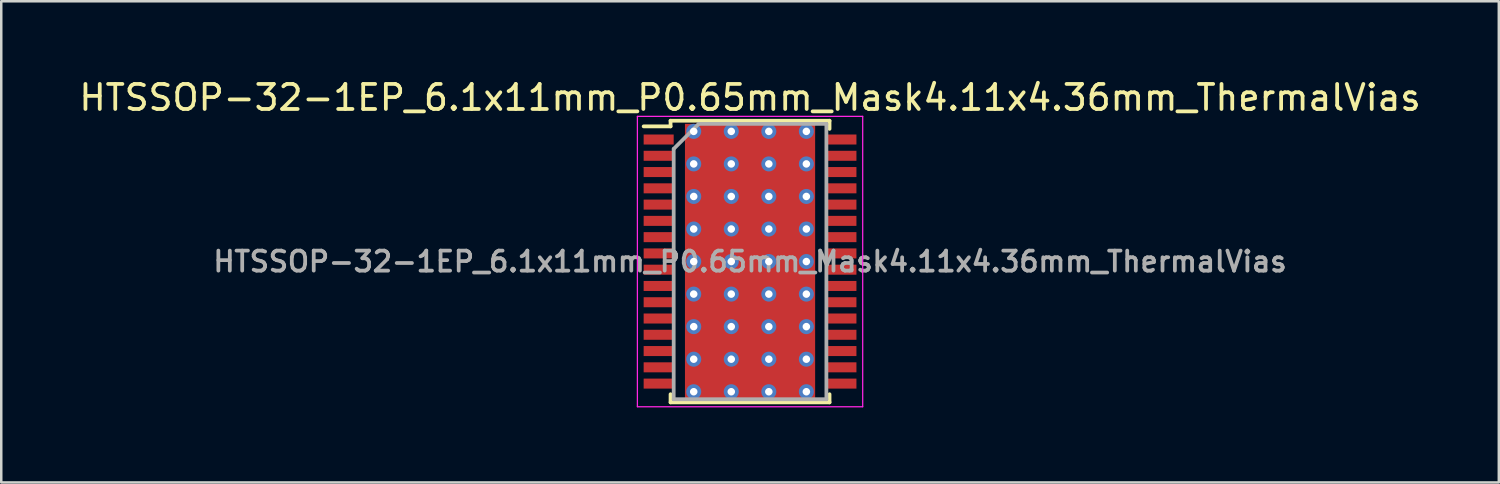
<source format=kicad_pcb>
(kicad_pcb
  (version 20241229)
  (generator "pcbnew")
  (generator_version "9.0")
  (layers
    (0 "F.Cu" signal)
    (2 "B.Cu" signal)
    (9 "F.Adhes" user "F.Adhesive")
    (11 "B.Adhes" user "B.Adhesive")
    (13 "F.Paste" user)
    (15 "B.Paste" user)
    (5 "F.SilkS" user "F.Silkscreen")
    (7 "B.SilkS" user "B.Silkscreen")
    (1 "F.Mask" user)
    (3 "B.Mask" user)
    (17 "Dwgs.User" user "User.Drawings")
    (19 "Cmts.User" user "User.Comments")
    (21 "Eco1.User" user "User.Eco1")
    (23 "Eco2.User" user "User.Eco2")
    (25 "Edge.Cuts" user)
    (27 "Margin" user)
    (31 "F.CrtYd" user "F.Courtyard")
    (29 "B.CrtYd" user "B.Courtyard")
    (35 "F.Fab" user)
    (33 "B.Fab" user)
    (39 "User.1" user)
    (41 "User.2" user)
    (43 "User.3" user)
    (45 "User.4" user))
  (footprint "HTSSOP-32-1EP_6.1x11mm_P0.65mm_Mask4.11x4.36mm_ThermalVias"
    (layer "F.Cu")
    (at 26.911 7.398)
    (property "Reference" "HTSSOP-32-1EP_6.1x11mm_P0.65mm_Mask4.11x4.36mm_ThermalVias" (at 0 -6.55 0) (layer "F.SilkS") (effects (font (size 1 1) (thickness 0.15))))
    (attr smd)
    (fp_line (start -4.25 -5.4) (end -3.175 -5.4) (stroke (width 0.15) (type solid)) (layer "F.SilkS"))
    (fp_line (start -3.175 -5.625) (end 3.175 -5.625) (stroke (width 0.15) (type solid)) (layer "F.SilkS"))
    (fp_line (start -3.175 -5.4) (end -3.175 -5.625) (stroke (width 0.15) (type solid)) (layer "F.SilkS"))
    (fp_line (start -3.175 5.3) (end -3.175 5.625) (stroke (width 0.15) (type solid)) (layer "F.SilkS"))
    (fp_line (start -3.175 5.625) (end 3.175 5.625) (stroke (width 0.15) (type solid)) (layer "F.SilkS"))
    (fp_line (start 3.175 -5.625) (end 3.175 -5.3) (stroke (width 0.15) (type solid)) (layer "F.SilkS"))
    (fp_line (start 3.175 5.625) (end 3.175 5.3) (stroke (width 0.15) (type solid)) (layer "F.SilkS"))
    (fp_line (start -4.5 -5.8) (end -4.5 5.8) (stroke (width 0.05) (type solid)) (layer "F.CrtYd"))
    (fp_line (start -4.5 5.8) (end 4.5 5.8) (stroke (width 0.05) (type solid)) (layer "F.CrtYd"))
    (fp_line (start 4.5 -5.8) (end -4.5 -5.8) (stroke (width 0.05) (type solid)) (layer "F.CrtYd"))
    (fp_line (start 4.5 5.8) (end 4.5 -5.8) (stroke (width 0.05) (type solid)) (layer "F.CrtYd"))
    (fp_line (start -3.05 -4.5) (end -2.05 -5.5) (stroke (width 0.15) (type solid)) (layer "F.Fab"))
    (fp_line (start -3.05 5.5) (end -3.05 -4.5) (stroke (width 0.15) (type solid)) (layer "F.Fab"))
    (fp_line (start -2.05 -5.5) (end 3.05 -5.5) (stroke (width 0.15) (type solid)) (layer "F.Fab"))
    (fp_line (start 3.05 -5.5) (end 3.05 5.5) (stroke (width 0.15) (type solid)) (layer "F.Fab"))
    (fp_line (start 3.05 5.5) (end -3.05 5.5) (stroke (width 0.15) (type solid)) (layer "F.Fab"))
    (fp_text user "${REFERENCE}" (at 0 0 0) (layer "F.Fab") (effects (font (size 0.8 0.8) (thickness 0.15))))
    (pad "" smd rect (at -1.365 -1.725) (size 0.93 0.55) (layers "F.Paste"))
    (pad "" smd rect (at -1.365 -0.65) (size 0.93 1) (layers "F.Paste"))
    (pad "" smd rect (at -1.365 0.65) (size 0.93 1) (layers "F.Paste"))
    (pad "" smd rect (at -1.365 1.725) (size 0.93 0.55) (layers "F.Paste"))
    (pad "" smd rect (at 0 -1.725) (size 1.2 0.55) (layers "F.Paste"))
    (pad "" smd rect (at 0 -0.65) (size 1.2 1) (layers "F.Paste"))
    (pad "" smd rect (at 0 0) (size 4.11 4.36) (layers "F.Mask"))
    (pad "" smd rect (at 0 0.65) (size 1.2 1) (layers "F.Paste"))
    (pad "" smd rect (at 0 1.725) (size 1.2 0.55) (layers "F.Paste"))
    (pad "" smd rect (at 1.365 -1.725) (size 0.93 0.55) (layers "F.Paste"))
    (pad "" smd rect (at 1.365 -0.65) (size 0.93 1) (layers "F.Paste"))
    (pad "" smd rect (at 1.365 0.65) (size 0.93 1) (layers "F.Paste"))
    (pad "" smd rect (at 1.365 1.725) (size 0.93 0.55) (layers "F.Paste"))
    (pad "1" smd rect (at -3.65 -4.875) (size 1.2 0.4) (layers "F.Cu" "F.Mask" "F.Paste"))
    (pad "2" smd rect (at -3.65 -4.225) (size 1.2 0.4) (layers "F.Cu" "F.Mask" "F.Paste"))
    (pad "3" smd rect (at -3.65 -3.575) (size 1.2 0.4) (layers "F.Cu" "F.Mask" "F.Paste"))
    (pad "4" smd rect (at -3.65 -2.925) (size 1.2 0.4) (layers "F.Cu" "F.Mask" "F.Paste"))
    (pad "5" smd rect (at -3.65 -2.275) (size 1.2 0.4) (layers "F.Cu" "F.Mask" "F.Paste"))
    (pad "6" smd rect (at -3.65 -1.625) (size 1.2 0.4) (layers "F.Cu" "F.Mask" "F.Paste"))
    (pad "7" smd rect (at -3.65 -0.975) (size 1.2 0.4) (layers "F.Cu" "F.Mask" "F.Paste"))
    (pad "8" smd rect (at -3.65 -0.325) (size 1.2 0.4) (layers "F.Cu" "F.Mask" "F.Paste"))
    (pad "9" smd rect (at -3.65 0.325) (size 1.2 0.4) (layers "F.Cu" "F.Mask" "F.Paste"))
    (pad "10" smd rect (at -3.65 0.975) (size 1.2 0.4) (layers "F.Cu" "F.Mask" "F.Paste"))
    (pad "11" smd rect (at -3.65 1.625) (size 1.2 0.4) (layers "F.Cu" "F.Mask" "F.Paste"))
    (pad "12" smd rect (at -3.65 2.275) (size 1.2 0.4) (layers "F.Cu" "F.Mask" "F.Paste"))
    (pad "13" smd rect (at -3.65 2.925) (size 1.2 0.4) (layers "F.Cu" "F.Mask" "F.Paste"))
    (pad "14" smd rect (at -3.65 3.575) (size 1.2 0.4) (layers "F.Cu" "F.Mask" "F.Paste"))
    (pad "15" smd rect (at -3.65 4.225) (size 1.2 0.4) (layers "F.Cu" "F.Mask" "F.Paste"))
    (pad "16" smd rect (at -3.65 4.875) (size 1.2 0.4) (layers "F.Cu" "F.Mask" "F.Paste"))
    (pad "17" smd rect (at 3.65 4.875) (size 1.2 0.4) (layers "F.Cu" "F.Mask" "F.Paste"))
    (pad "18" smd rect (at 3.65 4.225) (size 1.2 0.4) (layers "F.Cu" "F.Mask" "F.Paste"))
    (pad "19" smd rect (at 3.65 3.575) (size 1.2 0.4) (layers "F.Cu" "F.Mask" "F.Paste"))
    (pad "20" smd rect (at 3.65 2.925) (size 1.2 0.4) (layers "F.Cu" "F.Mask" "F.Paste"))
    (pad "21" smd rect (at 3.65 2.275) (size 1.2 0.4) (layers "F.Cu" "F.Mask" "F.Paste"))
    (pad "22" smd rect (at 3.65 1.625) (size 1.2 0.4) (layers "F.Cu" "F.Mask" "F.Paste"))
    (pad "23" smd rect (at 3.65 0.975) (size 1.2 0.4) (layers "F.Cu" "F.Mask" "F.Paste"))
    (pad "24" smd rect (at 3.65 0.325) (size 1.2 0.4) (layers "F.Cu" "F.Mask" "F.Paste"))
    (pad "25" smd rect (at 3.65 -0.325) (size 1.2 0.4) (layers "F.Cu" "F.Mask" "F.Paste"))
    (pad "26" smd rect (at 3.65 -0.975) (size 1.2 0.4) (layers "F.Cu" "F.Mask" "F.Paste"))
    (pad "27" smd rect (at 3.65 -1.625) (size 1.2 0.4) (layers "F.Cu" "F.Mask" "F.Paste"))
    (pad "28" smd rect (at 3.65 -2.275) (size 1.2 0.4) (layers "F.Cu" "F.Mask" "F.Paste"))
    (pad "29" smd rect (at 3.65 -2.925) (size 1.2 0.4) (layers "F.Cu" "F.Mask" "F.Paste"))
    (pad "30" smd rect (at 3.65 -3.575) (size 1.2 0.4) (layers "F.Cu" "F.Mask" "F.Paste"))
    (pad "31" smd rect (at 3.65 -4.225) (size 1.2 0.4) (layers "F.Cu" "F.Mask" "F.Paste"))
    (pad "32" smd rect (at 3.65 -4.875) (size 1.2 0.4) (layers "F.Cu" "F.Mask" "F.Paste"))
    (pad "33" thru_hole circle (at -2.25 -5.2) (size 0.6 0.6) (drill 0.3) (layers "*.Cu"))
    (pad "33" thru_hole circle (at -2.25 -3.9) (size 0.6 0.6) (drill 0.3) (layers "*.Cu"))
    (pad "33" thru_hole circle (at -2.25 -2.6) (size 0.6 0.6) (drill 0.3) (layers "*.Cu"))
    (pad "33" thru_hole circle (at -2.25 -1.3) (size 0.6 0.6) (drill 0.3) (layers "*.Cu"))
    (pad "33" thru_hole circle (at -2.25 0) (size 0.6 0.6) (drill 0.3) (layers "*.Cu"))
    (pad "33" thru_hole circle (at -2.25 1.3) (size 0.6 0.6) (drill 0.3) (layers "*.Cu"))
    (pad "33" thru_hole circle (at -2.25 2.6) (size 0.6 0.6) (drill 0.3) (layers "*.Cu"))
    (pad "33" thru_hole circle (at -2.25 3.9) (size 0.6 0.6) (drill 0.3) (layers "*.Cu"))
    (pad "33" thru_hole circle (at -2.25 5.2) (size 0.6 0.6) (drill 0.3) (layers "*.Cu"))
    (pad "33" thru_hole circle (at -0.75 -5.2) (size 0.6 0.6) (drill 0.3) (layers "*.Cu"))
    (pad "33" thru_hole circle (at -0.75 -3.9) (size 0.6 0.6) (drill 0.3) (layers "*.Cu"))
    (pad "33" thru_hole circle (at -0.75 -2.6) (size 0.6 0.6) (drill 0.3) (layers "*.Cu"))
    (pad "33" thru_hole circle (at -0.75 -1.3) (size 0.6 0.6) (drill 0.3) (layers "*.Cu"))
    (pad "33" thru_hole circle (at -0.75 0) (size 0.6 0.6) (drill 0.3) (layers "*.Cu"))
    (pad "33" thru_hole circle (at -0.75 1.3) (size 0.6 0.6) (drill 0.3) (layers "*.Cu"))
    (pad "33" thru_hole circle (at -0.75 2.6) (size 0.6 0.6) (drill 0.3) (layers "*.Cu"))
    (pad "33" thru_hole circle (at -0.75 3.9) (size 0.6 0.6) (drill 0.3) (layers "*.Cu"))
    (pad "33" thru_hole circle (at -0.75 5.2) (size 0.6 0.6) (drill 0.3) (layers "*.Cu"))
    (pad "33" smd rect (at 0 0) (size 5.2 11) (layers "F.Cu"))
    (pad "33" thru_hole circle (at 0.75 -5.2) (size 0.6 0.6) (drill 0.3) (layers "*.Cu"))
    (pad "33" thru_hole circle (at 0.75 -3.9) (size 0.6 0.6) (drill 0.3) (layers "*.Cu"))
    (pad "33" thru_hole circle (at 0.75 -2.6) (size 0.6 0.6) (drill 0.3) (layers "*.Cu"))
    (pad "33" thru_hole circle (at 0.75 -1.3) (size 0.6 0.6) (drill 0.3) (layers "*.Cu"))
    (pad "33" thru_hole circle (at 0.75 0) (size 0.6 0.6) (drill 0.3) (layers "*.Cu"))
    (pad "33" thru_hole circle (at 0.75 1.3) (size 0.6 0.6) (drill 0.3) (layers "*.Cu"))
    (pad "33" thru_hole circle (at 0.75 2.6) (size 0.6 0.6) (drill 0.3) (layers "*.Cu"))
    (pad "33" thru_hole circle (at 0.75 3.9) (size 0.6 0.6) (drill 0.3) (layers "*.Cu"))
    (pad "33" thru_hole circle (at 0.75 5.2) (size 0.6 0.6) (drill 0.3) (layers "*.Cu"))
    (pad "33" thru_hole circle (at 2.25 -5.2) (size 0.6 0.6) (drill 0.3) (layers "*.Cu"))
    (pad "33" thru_hole circle (at 2.25 -3.9) (size 0.6 0.6) (drill 0.3) (layers "*.Cu"))
    (pad "33" thru_hole circle (at 2.25 -2.6) (size 0.6 0.6) (drill 0.3) (layers "*.Cu"))
    (pad "33" thru_hole circle (at 2.25 -1.3) (size 0.6 0.6) (drill 0.3) (layers "*.Cu"))
    (pad "33" thru_hole circle (at 2.25 0) (size 0.6 0.6) (drill 0.3) (layers "*.Cu"))
    (pad "33" thru_hole circle (at 2.25 1.3) (size 0.6 0.6) (drill 0.3) (layers "*.Cu"))
    (pad "33" thru_hole circle (at 2.25 2.6) (size 0.6 0.6) (drill 0.3) (layers "*.Cu"))
    (pad "33" thru_hole circle (at 2.25 3.9) (size 0.6 0.6) (drill 0.3) (layers "*.Cu"))
    (pad "33" thru_hole circle (at 2.25 5.2) (size 0.6 0.6) (drill 0.3) (layers "*.Cu")))
  (gr_rect
    (start -3 -3)
    (end 56.821 16.223)
    (stroke (width 0.1) (type default))
    (fill no)
    (layer "Edge.Cuts")))
</source>
